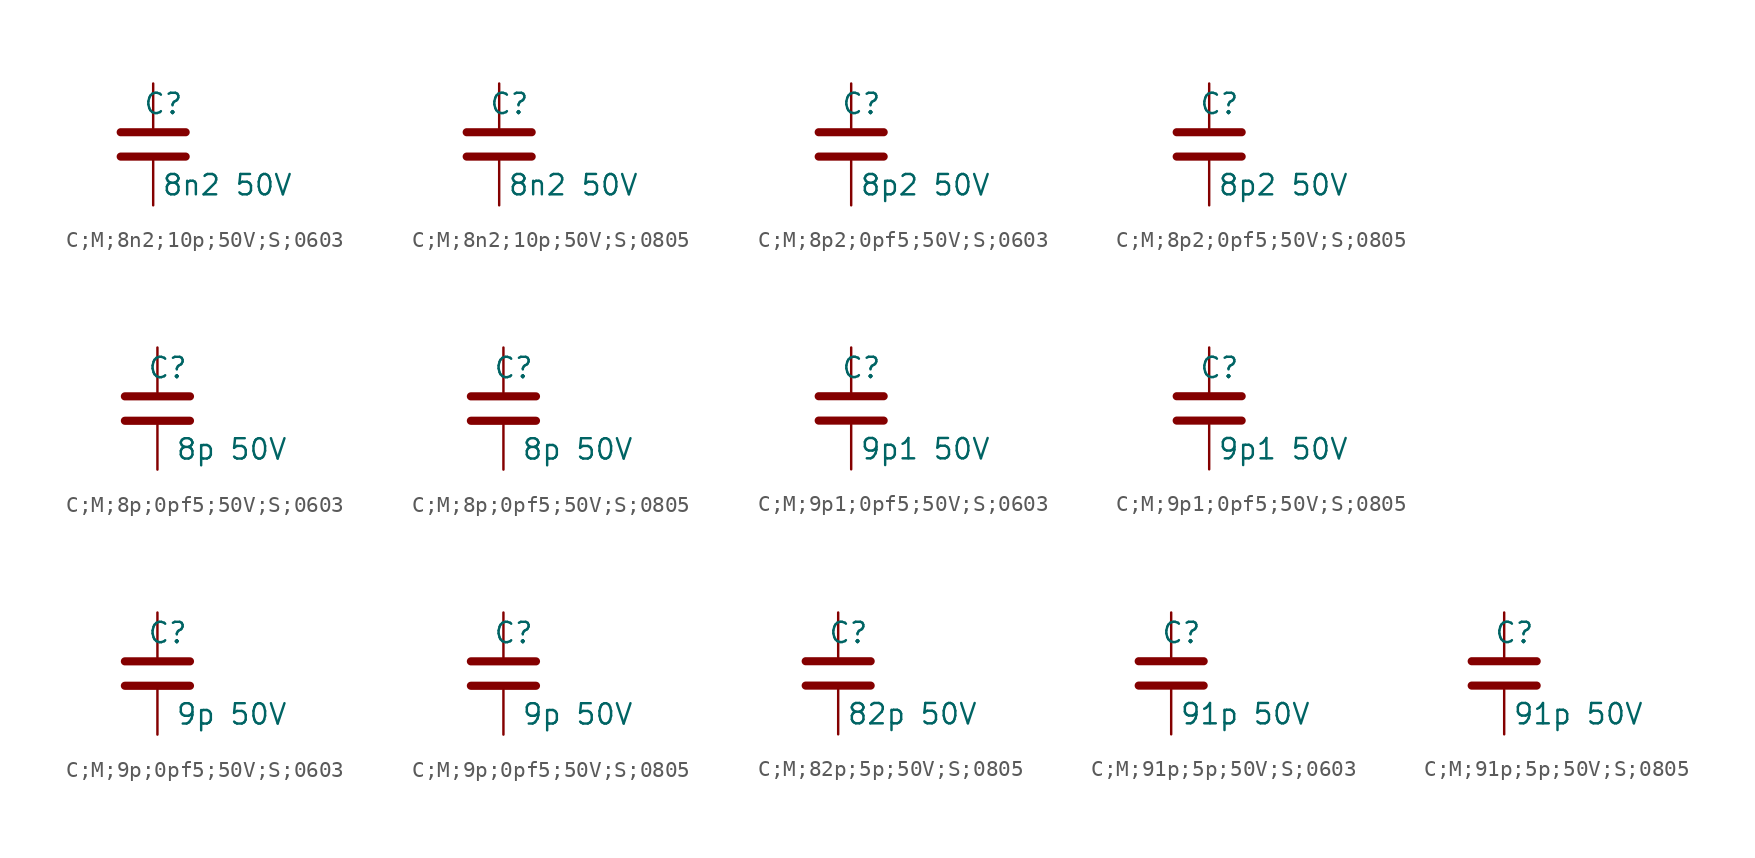
<source format=kicad_sym>
(kicad_symbol_lib
  (version 20231120)
  (generator "kicad_symbol_editor")
  (generator_version "8.0")
  (symbol "C;M;8n2;10p;50V;S;0603"
    (pin_numbers hide)
    (pin_names
      (offset 0.254))
    (property "Reference" "C"
      (at 0.635 2.54 0)
      (effects (font (size 1.27 1.27))))
    (property "Value" "8n2 50V"
      (at 4.635 -2.54 0)
      (effects (font (size 1.27 1.27))))
    (symbol "C;M;8n2;10p;50V;S;0603_0_1"
      (polyline (pts (xy -2.032 -0.762) (xy 2.032 -0.762)) (stroke (width 0.508) (type default)) (fill (type none)))
      (polyline (pts (xy -2.032 0.762) (xy 2.032 0.762)) (stroke (width 0.508) (type default)) (fill (type none))))
    (symbol "C;M;8n2;10p;50V;S;0603_1_1"
      (pin passive line (at 0 3.81 270) (length 2.794) (name "~" (effects (font (size 1.27 1.27)))) (number "1" (effects (font (size 1.27 1.27)))))
      (pin passive line (at 0 -3.81 90) (length 2.794) (name "~" (effects (font (size 1.27 1.27)))) (number "2" (effects (font (size 1.27 1.27)))))))
  (symbol "C;M;8n2;10p;50V;S;0805"
    (pin_numbers hide)
    (pin_names
      (offset 0.254))
    (property "Reference" "C"
      (at 0.635 2.54 0)
      (effects (font (size 1.27 1.27))))
    (property "Value" "8n2 50V"
      (at 4.635 -2.54 0)
      (effects (font (size 1.27 1.27))))
    (symbol "C;M;8n2;10p;50V;S;0805_0_1"
      (polyline (pts (xy -2.032 -0.762) (xy 2.032 -0.762)) (stroke (width 0.508) (type default)) (fill (type none)))
      (polyline (pts (xy -2.032 0.762) (xy 2.032 0.762)) (stroke (width 0.508) (type default)) (fill (type none))))
    (symbol "C;M;8n2;10p;50V;S;0805_1_1"
      (pin passive line (at 0 3.81 270) (length 2.794) (name "~" (effects (font (size 1.27 1.27)))) (number "1" (effects (font (size 1.27 1.27)))))
      (pin passive line (at 0 -3.81 90) (length 2.794) (name "~" (effects (font (size 1.27 1.27)))) (number "2" (effects (font (size 1.27 1.27)))))))
  (symbol "C;M;8p2;0pf5;50V;S;0603"
    (pin_numbers hide)
    (pin_names
      (offset 0.254))
    (property "Reference" "C"
      (at 0.635 2.54 0)
      (effects (font (size 1.27 1.27))))
    (property "Value" "8p2 50V"
      (at 4.635 -2.54 0)
      (effects (font (size 1.27 1.27))))
    (symbol "C;M;8p2;0pf5;50V;S;0603_0_1"
      (polyline (pts (xy -2.032 -0.762) (xy 2.032 -0.762)) (stroke (width 0.508) (type default)) (fill (type none)))
      (polyline (pts (xy -2.032 0.762) (xy 2.032 0.762)) (stroke (width 0.508) (type default)) (fill (type none))))
    (symbol "C;M;8p2;0pf5;50V;S;0603_1_1"
      (pin passive line (at 0 3.81 270) (length 2.794) (name "~" (effects (font (size 1.27 1.27)))) (number "1" (effects (font (size 1.27 1.27)))))
      (pin passive line (at 0 -3.81 90) (length 2.794) (name "~" (effects (font (size 1.27 1.27)))) (number "2" (effects (font (size 1.27 1.27)))))))
  (symbol "C;M;8p2;0pf5;50V;S;0805"
    (pin_numbers hide)
    (pin_names
      (offset 0.254))
    (property "Reference" "C"
      (at 0.635 2.54 0)
      (effects (font (size 1.27 1.27))))
    (property "Value" "8p2 50V"
      (at 4.635 -2.54 0)
      (effects (font (size 1.27 1.27))))
    (symbol "C;M;8p2;0pf5;50V;S;0805_0_1"
      (polyline (pts (xy -2.032 -0.762) (xy 2.032 -0.762)) (stroke (width 0.508) (type default)) (fill (type none)))
      (polyline (pts (xy -2.032 0.762) (xy 2.032 0.762)) (stroke (width 0.508) (type default)) (fill (type none))))
    (symbol "C;M;8p2;0pf5;50V;S;0805_1_1"
      (pin passive line (at 0 3.81 270) (length 2.794) (name "~" (effects (font (size 1.27 1.27)))) (number "1" (effects (font (size 1.27 1.27)))))
      (pin passive line (at 0 -3.81 90) (length 2.794) (name "~" (effects (font (size 1.27 1.27)))) (number "2" (effects (font (size 1.27 1.27)))))))
  (symbol "C;M;8p;0pf5;50V;S;0603"
    (pin_numbers hide)
    (pin_names
      (offset 0.254))
    (property "Reference" "C"
      (at 0.635 2.54 0)
      (effects (font (size 1.27 1.27))))
    (property "Value" "8p 50V"
      (at 4.635 -2.54 0)
      (effects (font (size 1.27 1.27))))
    (symbol "C;M;8p;0pf5;50V;S;0603_0_1"
      (polyline (pts (xy -2.032 -0.762) (xy 2.032 -0.762)) (stroke (width 0.508) (type default)) (fill (type none)))
      (polyline (pts (xy -2.032 0.762) (xy 2.032 0.762)) (stroke (width 0.508) (type default)) (fill (type none))))
    (symbol "C;M;8p;0pf5;50V;S;0603_1_1"
      (pin passive line (at 0 3.81 270) (length 2.794) (name "~" (effects (font (size 1.27 1.27)))) (number "1" (effects (font (size 1.27 1.27)))))
      (pin passive line (at 0 -3.81 90) (length 2.794) (name "~" (effects (font (size 1.27 1.27)))) (number "2" (effects (font (size 1.27 1.27)))))))
  (symbol "C;M;8p;0pf5;50V;S;0805"
    (pin_numbers hide)
    (pin_names
      (offset 0.254))
    (property "Reference" "C"
      (at 0.635 2.54 0)
      (effects (font (size 1.27 1.27))))
    (property "Value" "8p 50V"
      (at 4.635 -2.54 0)
      (effects (font (size 1.27 1.27))))
    (symbol "C;M;8p;0pf5;50V;S;0805_0_1"
      (polyline (pts (xy -2.032 -0.762) (xy 2.032 -0.762)) (stroke (width 0.508) (type default)) (fill (type none)))
      (polyline (pts (xy -2.032 0.762) (xy 2.032 0.762)) (stroke (width 0.508) (type default)) (fill (type none))))
    (symbol "C;M;8p;0pf5;50V;S;0805_1_1"
      (pin passive line (at 0 3.81 270) (length 2.794) (name "~" (effects (font (size 1.27 1.27)))) (number "1" (effects (font (size 1.27 1.27)))))
      (pin passive line (at 0 -3.81 90) (length 2.794) (name "~" (effects (font (size 1.27 1.27)))) (number "2" (effects (font (size 1.27 1.27)))))))
  (symbol "C;M;9p1;0pf5;50V;S;0603"
    (pin_numbers hide)
    (pin_names
      (offset 0.254))
    (property "Reference" "C"
      (at 0.635 2.54 0)
      (effects (font (size 1.27 1.27))))
    (property "Value" "9p1 50V"
      (at 4.635 -2.54 0)
      (effects (font (size 1.27 1.27))))
    (symbol "C;M;9p1;0pf5;50V;S;0603_0_1"
      (polyline (pts (xy -2.032 -0.762) (xy 2.032 -0.762)) (stroke (width 0.508) (type default)) (fill (type none)))
      (polyline (pts (xy -2.032 0.762) (xy 2.032 0.762)) (stroke (width 0.508) (type default)) (fill (type none))))
    (symbol "C;M;9p1;0pf5;50V;S;0603_1_1"
      (pin passive line (at 0 3.81 270) (length 2.794) (name "~" (effects (font (size 1.27 1.27)))) (number "1" (effects (font (size 1.27 1.27)))))
      (pin passive line (at 0 -3.81 90) (length 2.794) (name "~" (effects (font (size 1.27 1.27)))) (number "2" (effects (font (size 1.27 1.27)))))))
  (symbol "C;M;9p1;0pf5;50V;S;0805"
    (pin_numbers hide)
    (pin_names
      (offset 0.254))
    (property "Reference" "C"
      (at 0.635 2.54 0)
      (effects (font (size 1.27 1.27))))
    (property "Value" "9p1 50V"
      (at 4.635 -2.54 0)
      (effects (font (size 1.27 1.27))))
    (symbol "C;M;9p1;0pf5;50V;S;0805_0_1"
      (polyline (pts (xy -2.032 -0.762) (xy 2.032 -0.762)) (stroke (width 0.508) (type default)) (fill (type none)))
      (polyline (pts (xy -2.032 0.762) (xy 2.032 0.762)) (stroke (width 0.508) (type default)) (fill (type none))))
    (symbol "C;M;9p1;0pf5;50V;S;0805_1_1"
      (pin passive line (at 0 3.81 270) (length 2.794) (name "~" (effects (font (size 1.27 1.27)))) (number "1" (effects (font (size 1.27 1.27)))))
      (pin passive line (at 0 -3.81 90) (length 2.794) (name "~" (effects (font (size 1.27 1.27)))) (number "2" (effects (font (size 1.27 1.27)))))))
  (symbol "C;M;9p;0pf5;50V;S;0603"
    (pin_numbers hide)
    (pin_names
      (offset 0.254))
    (property "Reference" "C"
      (at 0.635 2.54 0)
      (effects (font (size 1.27 1.27))))
    (property "Value" "9p 50V"
      (at 4.635 -2.54 0)
      (effects (font (size 1.27 1.27))))
    (symbol "C;M;9p;0pf5;50V;S;0603_0_1"
      (polyline (pts (xy -2.032 -0.762) (xy 2.032 -0.762)) (stroke (width 0.508) (type default)) (fill (type none)))
      (polyline (pts (xy -2.032 0.762) (xy 2.032 0.762)) (stroke (width 0.508) (type default)) (fill (type none))))
    (symbol "C;M;9p;0pf5;50V;S;0603_1_1"
      (pin passive line (at 0 3.81 270) (length 2.794) (name "~" (effects (font (size 1.27 1.27)))) (number "1" (effects (font (size 1.27 1.27)))))
      (pin passive line (at 0 -3.81 90) (length 2.794) (name "~" (effects (font (size 1.27 1.27)))) (number "2" (effects (font (size 1.27 1.27)))))))
  (symbol "C;M;9p;0pf5;50V;S;0805"
    (pin_numbers hide)
    (pin_names
      (offset 0.254))
    (property "Reference" "C"
      (at 0.635 2.54 0)
      (effects (font (size 1.27 1.27))))
    (property "Value" "9p 50V"
      (at 4.635 -2.54 0)
      (effects (font (size 1.27 1.27))))
    (symbol "C;M;9p;0pf5;50V;S;0805_0_1"
      (polyline (pts (xy -2.032 -0.762) (xy 2.032 -0.762)) (stroke (width 0.508) (type default)) (fill (type none)))
      (polyline (pts (xy -2.032 0.762) (xy 2.032 0.762)) (stroke (width 0.508) (type default)) (fill (type none))))
    (symbol "C;M;9p;0pf5;50V;S;0805_1_1"
      (pin passive line (at 0 3.81 270) (length 2.794) (name "~" (effects (font (size 1.27 1.27)))) (number "1" (effects (font (size 1.27 1.27)))))
      (pin passive line (at 0 -3.81 90) (length 2.794) (name "~" (effects (font (size 1.27 1.27)))) (number "2" (effects (font (size 1.27 1.27)))))))
  (symbol "C;M;82p;5p;50V;S;0805"
    (pin_numbers hide)
    (pin_names
      (offset 0.254))
    (property "Reference" "C"
      (at 0.635 2.54 0)
      (effects (font (size 1.27 1.27))))
    (property "Value" "82p 50V"
      (at 4.635 -2.54 0)
      (effects (font (size 1.27 1.27))))
    (symbol "C;M;82p;5p;50V;S;0805_0_1"
      (polyline (pts (xy -2.032 -0.762) (xy 2.032 -0.762)) (stroke (width 0.508) (type default)) (fill (type none)))
      (polyline (pts (xy -2.032 0.762) (xy 2.032 0.762)) (stroke (width 0.508) (type default)) (fill (type none))))
    (symbol "C;M;82p;5p;50V;S;0805_1_1"
      (pin passive line (at 0 3.81 270) (length 2.794) (name "~" (effects (font (size 1.27 1.27)))) (number "1" (effects (font (size 1.27 1.27)))))
      (pin passive line (at 0 -3.81 90) (length 2.794) (name "~" (effects (font (size 1.27 1.27)))) (number "2" (effects (font (size 1.27 1.27)))))))
  (symbol "C;M;91p;5p;50V;S;0603"
    (pin_numbers hide)
    (pin_names
      (offset 0.254))
    (property "Reference" "C"
      (at 0.635 2.54 0)
      (effects (font (size 1.27 1.27))))
    (property "Value" "91p 50V"
      (at 4.635 -2.54 0)
      (effects (font (size 1.27 1.27))))
    (symbol "C;M;91p;5p;50V;S;0603_0_1"
      (polyline (pts (xy -2.032 -0.762) (xy 2.032 -0.762)) (stroke (width 0.508) (type default)) (fill (type none)))
      (polyline (pts (xy -2.032 0.762) (xy 2.032 0.762)) (stroke (width 0.508) (type default)) (fill (type none))))
    (symbol "C;M;91p;5p;50V;S;0603_1_1"
      (pin passive line (at 0 3.81 270) (length 2.794) (name "~" (effects (font (size 1.27 1.27)))) (number "1" (effects (font (size 1.27 1.27)))))
      (pin passive line (at 0 -3.81 90) (length 2.794) (name "~" (effects (font (size 1.27 1.27)))) (number "2" (effects (font (size 1.27 1.27)))))))
  (symbol "C;M;91p;5p;50V;S;0805"
    (pin_numbers hide)
    (pin_names
      (offset 0.254))
    (property "Reference" "C"
      (at 0.635 2.54 0)
      (effects (font (size 1.27 1.27))))
    (property "Value" "91p 50V"
      (at 4.635 -2.54 0)
      (effects (font (size 1.27 1.27))))
    (symbol "C;M;91p;5p;50V;S;0805_0_1"
      (polyline (pts (xy -2.032 -0.762) (xy 2.032 -0.762)) (stroke (width 0.508) (type default)) (fill (type none)))
      (polyline (pts (xy -2.032 0.762) (xy 2.032 0.762)) (stroke (width 0.508) (type default)) (fill (type none))))
    (symbol "C;M;91p;5p;50V;S;0805_1_1"
      (pin passive line (at 0 3.81 270) (length 2.794) (name "~" (effects (font (size 1.27 1.27)))) (number "1" (effects (font (size 1.27 1.27)))))
      (pin passive line (at 0 -3.81 90) (length 2.794) (name "~" (effects (font (size 1.27 1.27)))) (number "2" (effects (font (size 1.27 1.27))))))))
</source>
